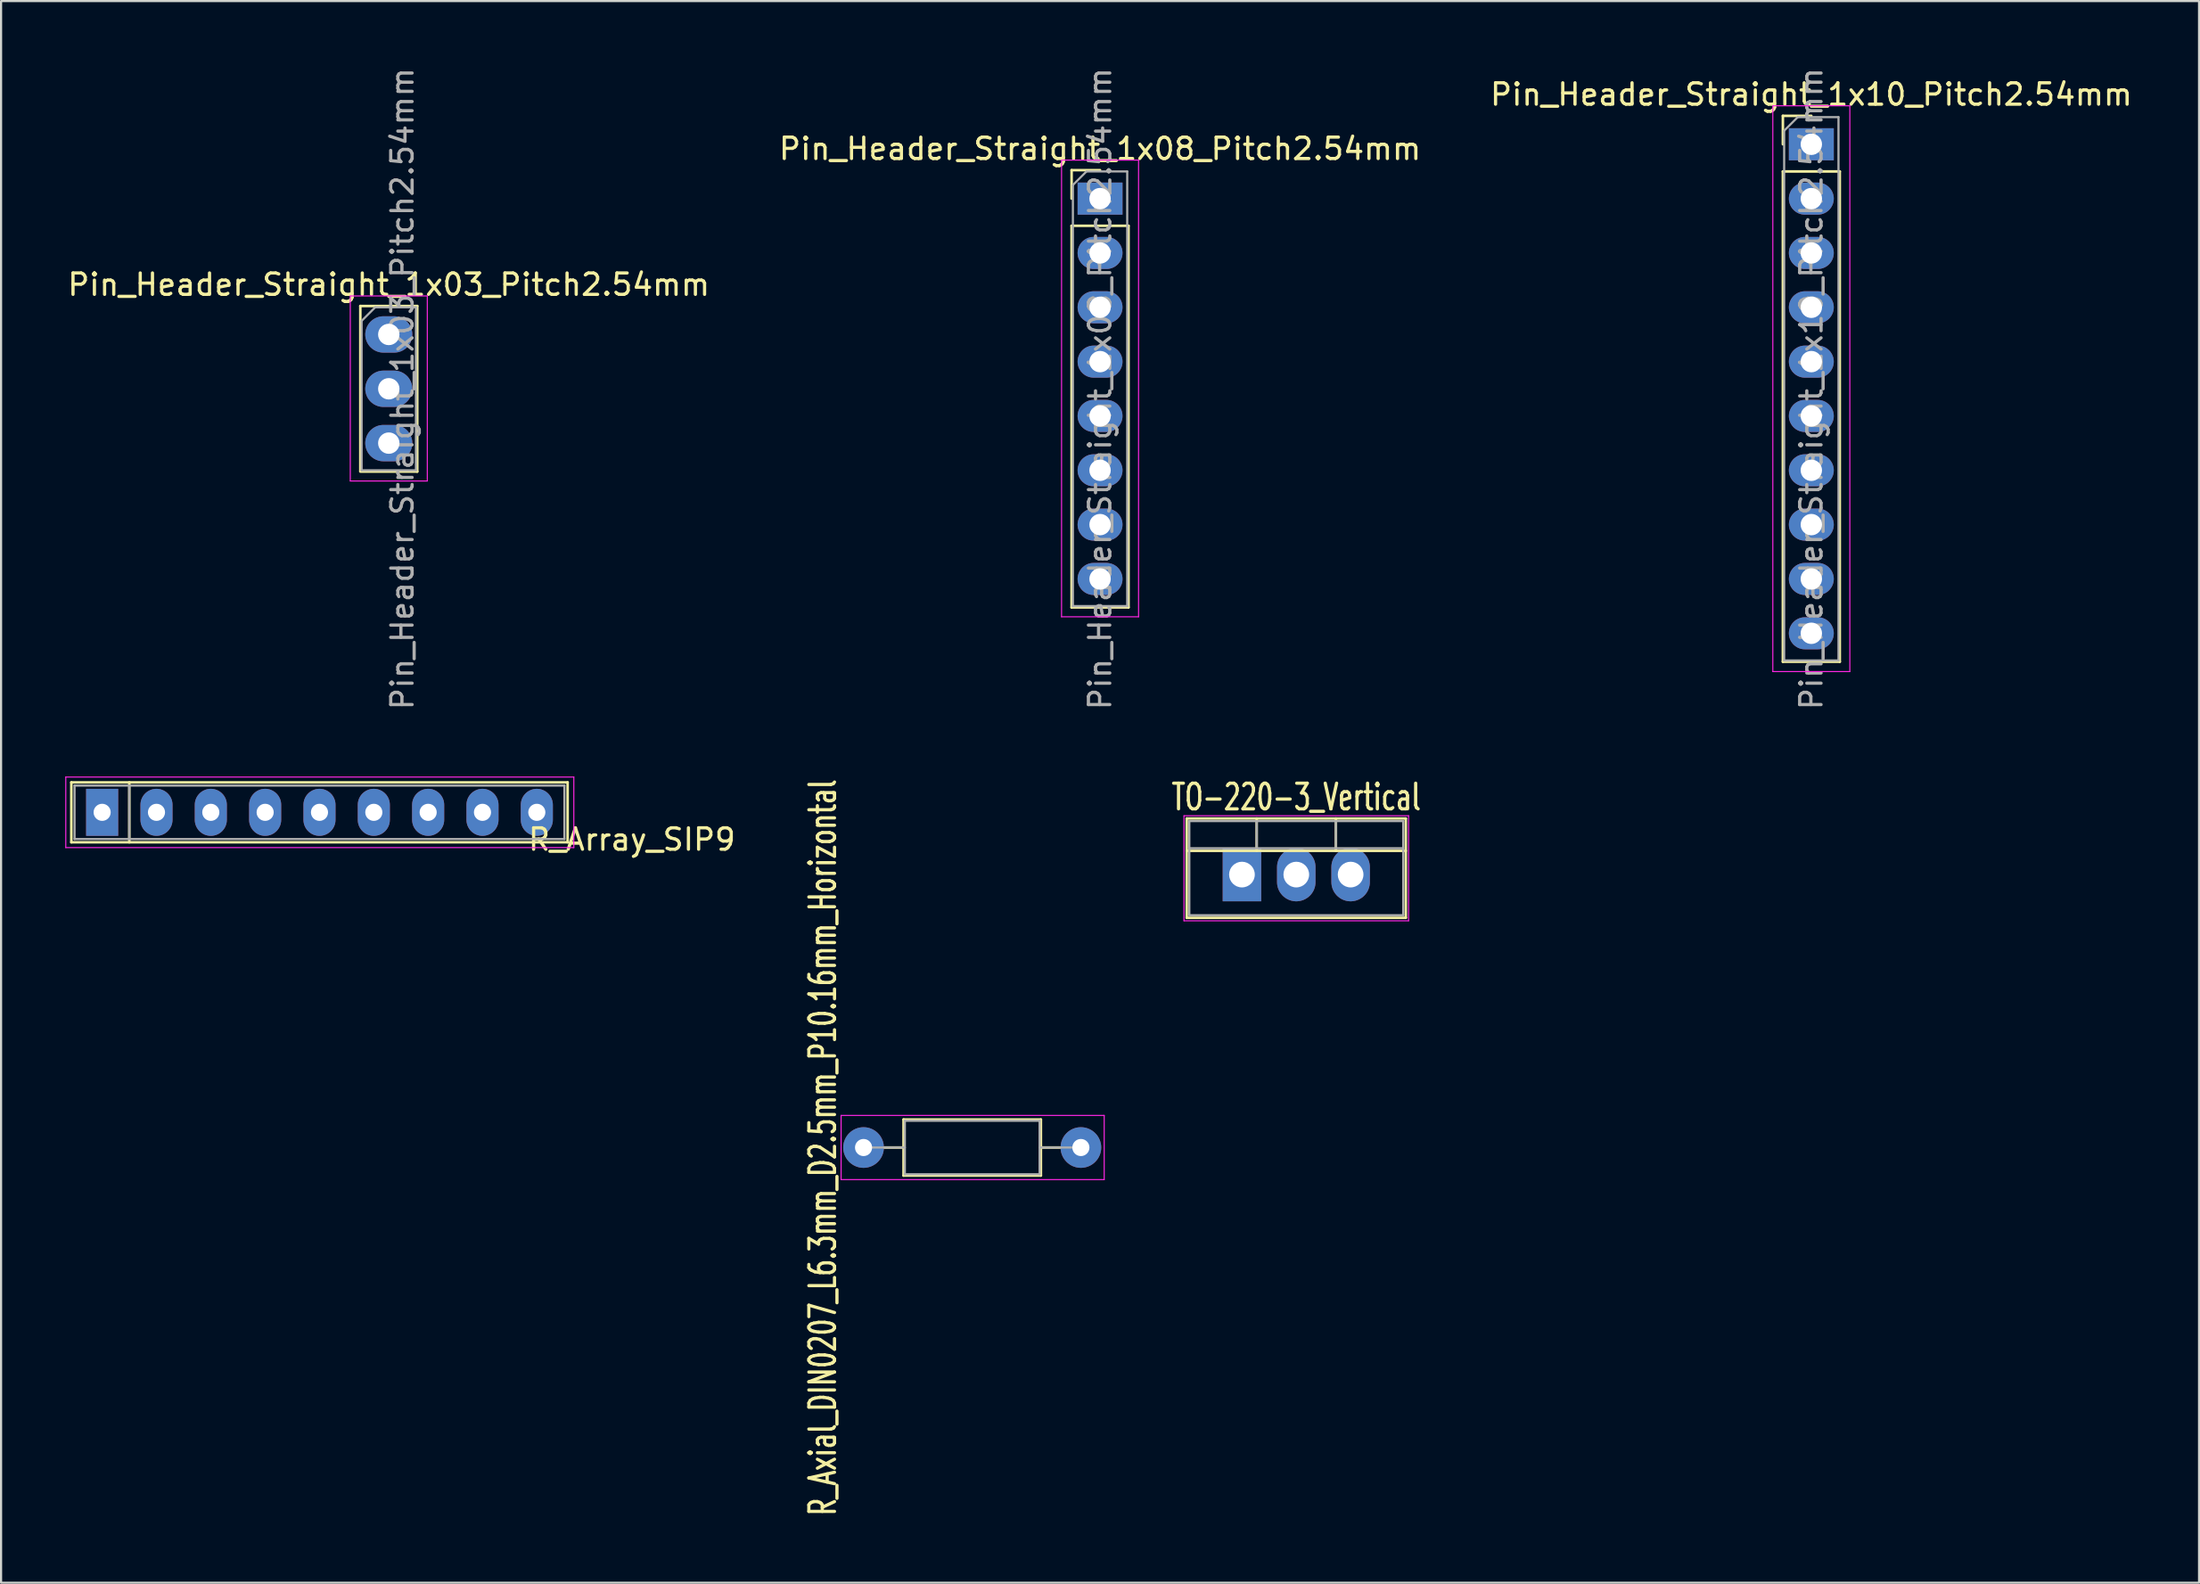
<source format=kicad_pcb>
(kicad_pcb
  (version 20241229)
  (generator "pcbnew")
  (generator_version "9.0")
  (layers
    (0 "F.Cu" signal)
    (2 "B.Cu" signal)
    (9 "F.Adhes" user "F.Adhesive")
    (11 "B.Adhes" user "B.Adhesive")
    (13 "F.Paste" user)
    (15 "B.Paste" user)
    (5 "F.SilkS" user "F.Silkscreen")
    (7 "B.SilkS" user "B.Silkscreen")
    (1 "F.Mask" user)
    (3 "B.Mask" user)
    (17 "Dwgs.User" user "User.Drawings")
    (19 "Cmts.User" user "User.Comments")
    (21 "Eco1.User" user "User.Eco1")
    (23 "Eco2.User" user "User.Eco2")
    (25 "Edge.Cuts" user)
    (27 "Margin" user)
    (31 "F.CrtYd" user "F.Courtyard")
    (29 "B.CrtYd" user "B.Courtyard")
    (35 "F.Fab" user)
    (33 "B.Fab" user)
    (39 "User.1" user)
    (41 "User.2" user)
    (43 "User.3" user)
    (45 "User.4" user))
  (footprint "Pin_Header_Straight_1x08_Pitch2.54mm"
    (layer "F.Cu")
    (at 48.375 6.235)
    (property "Reference" "Pin_Header_Straight_1x08_Pitch2.54mm" (at 0 -2.33 0) (layer "F.SilkS") (effects (font (size 1 1) (thickness 0.15))))
    (attr through_hole)
    (fp_line (start -1.33 -1.33) (end 0 -1.33) (stroke (width 0.12) (type solid)) (layer "F.SilkS"))
    (fp_line (start -1.33 0) (end -1.33 -1.33) (stroke (width 0.12) (type solid)) (layer "F.SilkS"))
    (fp_line (start -1.33 1.27) (end -1.33 19.11) (stroke (width 0.12) (type solid)) (layer "F.SilkS"))
    (fp_line (start -1.33 1.27) (end 1.33 1.27) (stroke (width 0.12) (type solid)) (layer "F.SilkS"))
    (fp_line (start -1.33 19.11) (end 1.33 19.11) (stroke (width 0.12) (type solid)) (layer "F.SilkS"))
    (fp_line (start 1.33 1.27) (end 1.33 19.11) (stroke (width 0.12) (type solid)) (layer "F.SilkS"))
    (fp_line (start -1.8 -1.8) (end -1.8 19.55) (stroke (width 0.05) (type solid)) (layer "F.CrtYd"))
    (fp_line (start -1.8 19.55) (end 1.8 19.55) (stroke (width 0.05) (type solid)) (layer "F.CrtYd"))
    (fp_line (start 1.8 -1.8) (end -1.8 -1.8) (stroke (width 0.05) (type solid)) (layer "F.CrtYd"))
    (fp_line (start 1.8 19.55) (end 1.8 -1.8) (stroke (width 0.05) (type solid)) (layer "F.CrtYd"))
    (fp_line (start -1.27 -0.635) (end -0.635 -1.27) (stroke (width 0.1) (type solid)) (layer "F.Fab"))
    (fp_line (start -1.27 19.05) (end -1.27 -0.635) (stroke (width 0.1) (type solid)) (layer "F.Fab"))
    (fp_line (start -0.635 -1.27) (end 1.27 -1.27) (stroke (width 0.1) (type solid)) (layer "F.Fab"))
    (fp_line (start 1.27 -1.27) (end 1.27 19.05) (stroke (width 0.1) (type solid)) (layer "F.Fab"))
    (fp_line (start 1.27 19.05) (end -1.27 19.05) (stroke (width 0.1) (type solid)) (layer "F.Fab"))
    (fp_text user "${REFERENCE}" (at 0 8.89 90) (layer "F.Fab") (effects (font (size 1 1) (thickness 0.15))))
    (pad "1" thru_hole rect (at 0 0) (size 2.1 1.5) (drill 1) (layers "*.Cu" "*.Mask"))
    (pad "2" thru_hole oval (at 0 2.54) (size 2.1 1.5) (drill 1) (layers "*.Cu" "*.Mask"))
    (pad "3" thru_hole oval (at 0 5.08) (size 2.1 1.5) (drill 1) (layers "*.Cu" "*.Mask"))
    (pad "4" thru_hole oval (at 0 7.62) (size 2.1 1.5) (drill 1) (layers "*.Cu" "*.Mask"))
    (pad "5" thru_hole oval (at 0 10.16) (size 2.1 1.5) (drill 1) (layers "*.Cu" "*.Mask"))
    (pad "6" thru_hole oval (at 0 12.7) (size 2.1 1.5) (drill 1) (layers "*.Cu" "*.Mask"))
    (pad "7" thru_hole oval (at 0 15.24) (size 2.1 1.5) (drill 1) (layers "*.Cu" "*.Mask"))
    (pad "8" thru_hole oval (at 0 17.78) (size 2.1 1.5) (drill 1) (layers "*.Cu" "*.Mask")))
  (footprint "Pin_Header_Straight_1x10_Pitch2.54mm"
    (layer "F.Cu")
    (at 81.625 3.695)
    (property "Reference" "Pin_Header_Straight_1x10_Pitch2.54mm" (at 0 -2.33 0) (layer "F.SilkS") (effects (font (size 1 1) (thickness 0.15))))
    (attr through_hole)
    (fp_line (start -1.33 -1.33) (end 0 -1.33) (stroke (width 0.12) (type solid)) (layer "F.SilkS"))
    (fp_line (start -1.33 0) (end -1.33 -1.33) (stroke (width 0.12) (type solid)) (layer "F.SilkS"))
    (fp_line (start -1.33 1.27) (end -1.33 24.19) (stroke (width 0.12) (type solid)) (layer "F.SilkS"))
    (fp_line (start -1.33 1.27) (end 1.33 1.27) (stroke (width 0.12) (type solid)) (layer "F.SilkS"))
    (fp_line (start -1.33 24.19) (end 1.33 24.19) (stroke (width 0.12) (type solid)) (layer "F.SilkS"))
    (fp_line (start 1.33 1.27) (end 1.33 24.19) (stroke (width 0.12) (type solid)) (layer "F.SilkS"))
    (fp_line (start -1.8 -1.8) (end -1.8 24.65) (stroke (width 0.05) (type solid)) (layer "F.CrtYd"))
    (fp_line (start -1.8 24.65) (end 1.8 24.65) (stroke (width 0.05) (type solid)) (layer "F.CrtYd"))
    (fp_line (start 1.8 -1.8) (end -1.8 -1.8) (stroke (width 0.05) (type solid)) (layer "F.CrtYd"))
    (fp_line (start 1.8 24.65) (end 1.8 -1.8) (stroke (width 0.05) (type solid)) (layer "F.CrtYd"))
    (fp_line (start -1.27 -0.635) (end -0.635 -1.27) (stroke (width 0.1) (type solid)) (layer "F.Fab"))
    (fp_line (start -1.27 24.13) (end -1.27 -0.635) (stroke (width 0.1) (type solid)) (layer "F.Fab"))
    (fp_line (start -0.635 -1.27) (end 1.27 -1.27) (stroke (width 0.1) (type solid)) (layer "F.Fab"))
    (fp_line (start 1.27 -1.27) (end 1.27 24.13) (stroke (width 0.1) (type solid)) (layer "F.Fab"))
    (fp_line (start 1.27 24.13) (end -1.27 24.13) (stroke (width 0.1) (type solid)) (layer "F.Fab"))
    (fp_text user "${REFERENCE}" (at 0 11.43 90) (layer "F.Fab") (effects (font (size 1 1) (thickness 0.15))))
    (pad "1" thru_hole rect (at 0 0) (size 2.1 1.5) (drill 1) (layers "*.Cu" "*.Mask"))
    (pad "2" thru_hole oval (at 0 2.54) (size 2.1 1.5) (drill 1) (layers "*.Cu" "*.Mask"))
    (pad "3" thru_hole oval (at 0 5.08) (size 2.1 1.5) (drill 1) (layers "*.Cu" "*.Mask"))
    (pad "4" thru_hole oval (at 0 7.62) (size 2.1 1.5) (drill 1) (layers "*.Cu" "*.Mask"))
    (pad "5" thru_hole oval (at 0 10.16) (size 2.1 1.5) (drill 1) (layers "*.Cu" "*.Mask"))
    (pad "6" thru_hole oval (at 0 12.7) (size 2.1 1.5) (drill 1) (layers "*.Cu" "*.Mask"))
    (pad "7" thru_hole oval (at 0 15.24) (size 2.1 1.5) (drill 1) (layers "*.Cu" "*.Mask"))
    (pad "8" thru_hole oval (at 0 17.78) (size 2.1 1.5) (drill 1) (layers "*.Cu" "*.Mask"))
    (pad "9" thru_hole oval (at 0 20.32) (size 2.1 1.5) (drill 1) (layers "*.Cu" "*.Mask"))
    (pad "10" thru_hole oval (at 0 22.86) (size 2.1 1.5) (drill 1) (layers "*.Cu" "*.Mask")))
  (footprint "Pin_Header_Straight_1x03_Pitch2.54mm"
    (layer "F.Cu")
    (at 15.125 12.585)
    (property "Reference" "Pin_Header_Straight_1x03_Pitch2.54mm" (at 0 -2.33 0) (layer "F.SilkS") (effects (font (size 1 1) (thickness 0.15))))
    (attr through_hole)
    (fp_line (start -1.33 -1.33) (end -1.33 6.39) (stroke (width 0.12) (type solid)) (layer "F.SilkS"))
    (fp_line (start -1.33 -1.33) (end 1.33 -1.33) (stroke (width 0.12) (type solid)) (layer "F.SilkS"))
    (fp_line (start -1.33 6.41) (end 1.33 6.41) (stroke (width 0.12) (type solid)) (layer "F.SilkS"))
    (fp_line (start 1.33 -1.33) (end 1.33 6.41) (stroke (width 0.12) (type solid)) (layer "F.SilkS"))
    (fp_line (start -1.8 -1.8) (end -1.8 6.85) (stroke (width 0.05) (type solid)) (layer "F.CrtYd"))
    (fp_line (start -1.8 6.85) (end 1.8 6.85) (stroke (width 0.05) (type solid)) (layer "F.CrtYd"))
    (fp_line (start 1.8 -1.8) (end -1.8 -1.8) (stroke (width 0.05) (type solid)) (layer "F.CrtYd"))
    (fp_line (start 1.8 6.85) (end 1.8 -1.8) (stroke (width 0.05) (type solid)) (layer "F.CrtYd"))
    (fp_line (start -1.27 -0.635) (end -0.635 -1.27) (stroke (width 0.1) (type solid)) (layer "F.Fab"))
    (fp_line (start -1.27 6.35) (end -1.27 -0.635) (stroke (width 0.1) (type solid)) (layer "F.Fab"))
    (fp_line (start -0.635 -1.27) (end 1.27 -1.27) (stroke (width 0.1) (type solid)) (layer "F.Fab"))
    (fp_line (start 1.27 -1.27) (end 1.27 6.35) (stroke (width 0.1) (type solid)) (layer "F.Fab"))
    (fp_line (start 1.27 6.35) (end -1.27 6.35) (stroke (width 0.1) (type solid)) (layer "F.Fab"))
    (fp_text user "${REFERENCE}" (at 0.635 2.54 90) (layer "F.Fab") (effects (font (size 1 1) (thickness 0.15))))
    (pad "1" thru_hole oval (at 0 0) (size 2.2 1.7) (drill 1) (layers "*.Cu" "*.Mask"))
    (pad "2" thru_hole oval (at 0 2.54) (size 2.2 1.7) (drill 1) (layers "*.Cu" "*.Mask"))
    (pad "3" thru_hole oval (at 0 5.08) (size 2.2 1.7) (drill 1) (layers "*.Cu" "*.Mask")))
  (footprint "R_Array_SIP9"
    (layer "F.Cu")
    (at 1.725 34.925)
    (property "Reference" "R_Array_SIP9" (at 24.765 1.27 180) (layer "F.SilkS") (effects (font (size 1 1) (thickness 0.15))))
    (attr through_hole)
    (fp_line (start -1.44 -1.4) (end -1.44 1.4) (stroke (width 0.12) (type solid)) (layer "F.SilkS"))
    (fp_line (start -1.44 1.4) (end 21.76 1.4) (stroke (width 0.12) (type solid)) (layer "F.SilkS"))
    (fp_line (start 1.27 -1.4) (end 1.27 1.4) (stroke (width 0.12) (type solid)) (layer "F.SilkS"))
    (fp_line (start 21.76 -1.4) (end -1.44 -1.4) (stroke (width 0.12) (type solid)) (layer "F.SilkS"))
    (fp_line (start 21.76 1.4) (end 21.76 -1.4) (stroke (width 0.12) (type solid)) (layer "F.SilkS"))
    (fp_line (start -1.7 -1.65) (end -1.7 1.65) (stroke (width 0.05) (type solid)) (layer "F.CrtYd"))
    (fp_line (start -1.7 1.65) (end 22.05 1.65) (stroke (width 0.05) (type solid)) (layer "F.CrtYd"))
    (fp_line (start 22.05 -1.65) (end -1.7 -1.65) (stroke (width 0.05) (type solid)) (layer "F.CrtYd"))
    (fp_line (start 22.05 1.65) (end 22.05 -1.65) (stroke (width 0.05) (type solid)) (layer "F.CrtYd"))
    (fp_line (start -1.29 -1.25) (end -1.29 1.25) (stroke (width 0.1) (type solid)) (layer "F.Fab"))
    (fp_line (start -1.29 1.25) (end 21.61 1.25) (stroke (width 0.1) (type solid)) (layer "F.Fab"))
    (fp_line (start 1.27 -1.25) (end 1.27 1.25) (stroke (width 0.1) (type solid)) (layer "F.Fab"))
    (fp_line (start 21.61 -1.25) (end -1.29 -1.25) (stroke (width 0.1) (type solid)) (layer "F.Fab"))
    (fp_line (start 21.61 1.25) (end 21.61 -1.25) (stroke (width 0.1) (type solid)) (layer "F.Fab"))
    (pad "1" thru_hole rect (at 0 0) (size 1.5 2.2) (drill 0.8) (layers "*.Cu" "*.Mask"))
    (pad "2" thru_hole oval (at 2.54 0) (size 1.5 2.2) (drill 0.8) (layers "*.Cu" "*.Mask"))
    (pad "3" thru_hole oval (at 5.08 0) (size 1.5 2.2) (drill 0.8) (layers "*.Cu" "*.Mask"))
    (pad "4" thru_hole oval (at 7.62 0) (size 1.5 2.2) (drill 0.8) (layers "*.Cu" "*.Mask"))
    (pad "5" thru_hole oval (at 10.16 0) (size 1.5 2.2) (drill 0.8) (layers "*.Cu" "*.Mask"))
    (pad "6" thru_hole oval (at 12.7 0) (size 1.5 2.2) (drill 0.8) (layers "*.Cu" "*.Mask"))
    (pad "7" thru_hole oval (at 15.24 0) (size 1.5 2.2) (drill 0.8) (layers "*.Cu" "*.Mask"))
    (pad "8" thru_hole oval (at 17.78 0) (size 1.5 2.2) (drill 0.8) (layers "*.Cu" "*.Mask"))
    (pad "9" thru_hole oval (at 20.32 0) (size 1.5 2.2) (drill 0.8) (layers "*.Cu" "*.Mask")))
  (footprint "TO-220-3_Vertical"
    (layer "F.Cu")
    (at 55.008 37.835)
    (property "Reference" "TO-220-3_Vertical" (at 2.54 -3.62 0) (layer "F.SilkS") (effects (font (size 1.2 0.8) (thickness 0.15))))
    (attr through_hole)
    (fp_line (start -2.58 -2.62) (end -2.58 2.021) (stroke (width 0.12) (type solid)) (layer "F.SilkS"))
    (fp_line (start -2.58 -2.62) (end 7.66 -2.62) (stroke (width 0.12) (type solid)) (layer "F.SilkS"))
    (fp_line (start -2.58 -1.11) (end 7.66 -1.11) (stroke (width 0.12) (type solid)) (layer "F.SilkS"))
    (fp_line (start -2.58 2.021) (end 7.66 2.021) (stroke (width 0.12) (type solid)) (layer "F.SilkS"))
    (fp_line (start 0.69 -2.62) (end 0.69 -1.11) (stroke (width 0.12) (type solid)) (layer "F.SilkS"))
    (fp_line (start 4.391 -2.62) (end 4.391 -1.11) (stroke (width 0.12) (type solid)) (layer "F.SilkS"))
    (fp_line (start 7.66 -2.62) (end 7.66 2.021) (stroke (width 0.12) (type solid)) (layer "F.SilkS"))
    (fp_line (start -2.71 -2.75) (end -2.71 2.16) (stroke (width 0.05) (type solid)) (layer "F.CrtYd"))
    (fp_line (start -2.71 2.16) (end 7.79 2.16) (stroke (width 0.05) (type solid)) (layer "F.CrtYd"))
    (fp_line (start 7.79 -2.75) (end -2.71 -2.75) (stroke (width 0.05) (type solid)) (layer "F.CrtYd"))
    (fp_line (start 7.79 2.16) (end 7.79 -2.75) (stroke (width 0.05) (type solid)) (layer "F.CrtYd"))
    (fp_line (start -2.46 -2.5) (end -2.46 1.9) (stroke (width 0.1) (type solid)) (layer "F.Fab"))
    (fp_line (start -2.46 -1.23) (end 7.54 -1.23) (stroke (width 0.1) (type solid)) (layer "F.Fab"))
    (fp_line (start -2.46 1.9) (end 7.54 1.9) (stroke (width 0.1) (type solid)) (layer "F.Fab"))
    (fp_line (start 0.69 -2.5) (end 0.69 -1.23) (stroke (width 0.1) (type solid)) (layer "F.Fab"))
    (fp_line (start 4.39 -2.5) (end 4.39 -1.23) (stroke (width 0.1) (type solid)) (layer "F.Fab"))
    (fp_line (start 7.54 -2.5) (end -2.46 -2.5) (stroke (width 0.1) (type solid)) (layer "F.Fab"))
    (fp_line (start 7.54 1.9) (end 7.54 -2.5) (stroke (width 0.1) (type solid)) (layer "F.Fab"))
    (pad "1" thru_hole rect (at 0 0) (size 1.8 2.5) (drill 1.2) (layers "*.Cu" "*.Mask"))
    (pad "2" thru_hole oval (at 2.54 0) (size 1.8 2.5) (drill 1.2) (layers "*.Cu" "*.Mask"))
    (pad "3" thru_hole oval (at 5.08 0) (size 1.8 2.5) (drill 1.2) (layers "*.Cu" "*.Mask")))
  (footprint "R_Axial_DIN0207_L6.3mm_D2.5mm_P10.16mm_Horizontal"
    (layer "F.Cu")
    (at 37.319 50.595)
    (property "Reference" "R_Axial_DIN0207_L6.3mm_D2.5mm_P10.16mm_Horizontal" (at -1.905 0 90) (layer "F.SilkS") (effects (font (size 1.2 0.8) (thickness 0.15))))
    (attr through_hole)
    (fp_line (start 0.98 0) (end 1.87 0) (stroke (width 0.12) (type solid)) (layer "F.SilkS"))
    (fp_line (start 1.87 -1.31) (end 1.87 1.31) (stroke (width 0.12) (type solid)) (layer "F.SilkS"))
    (fp_line (start 1.87 1.31) (end 8.29 1.31) (stroke (width 0.12) (type solid)) (layer "F.SilkS"))
    (fp_line (start 8.29 -1.31) (end 1.87 -1.31) (stroke (width 0.12) (type solid)) (layer "F.SilkS"))
    (fp_line (start 8.29 1.31) (end 8.29 -1.31) (stroke (width 0.12) (type solid)) (layer "F.SilkS"))
    (fp_line (start 9.18 0) (end 8.29 0) (stroke (width 0.12) (type solid)) (layer "F.SilkS"))
    (fp_line (start -1.05 -1.5) (end -1.05 1.5) (stroke (width 0.05) (type solid)) (layer "F.CrtYd"))
    (fp_line (start -1.05 1.5) (end 11.25 1.5) (stroke (width 0.05) (type solid)) (layer "F.CrtYd"))
    (fp_line (start 11.25 -1.5) (end -1.05 -1.5) (stroke (width 0.05) (type solid)) (layer "F.CrtYd"))
    (fp_line (start 11.25 1.5) (end 11.25 -1.5) (stroke (width 0.05) (type solid)) (layer "F.CrtYd"))
    (fp_line (start 0 0) (end 1.93 0) (stroke (width 0.1) (type solid)) (layer "F.Fab"))
    (fp_line (start 1.93 -1.25) (end 1.93 1.25) (stroke (width 0.1) (type solid)) (layer "F.Fab"))
    (fp_line (start 1.93 1.25) (end 8.23 1.25) (stroke (width 0.1) (type solid)) (layer "F.Fab"))
    (fp_line (start 8.23 -1.25) (end 1.93 -1.25) (stroke (width 0.1) (type solid)) (layer "F.Fab"))
    (fp_line (start 8.23 1.25) (end 8.23 -1.25) (stroke (width 0.1) (type solid)) (layer "F.Fab"))
    (fp_line (start 10.16 0) (end 8.23 0) (stroke (width 0.1) (type solid)) (layer "F.Fab"))
    (pad "1" thru_hole circle (at 0 0) (size 1.9 1.9) (drill 0.8) (layers "*.Cu" "*.Mask"))
    (pad "2" thru_hole circle (at 10.16 0) (size 1.9 1.9) (drill 0.8) (layers "*.Cu" "*.Mask")))
  (gr_rect
    (start -3 -3)
    (end 99.75 70.94)
    (stroke (width 0.1) (type default))
    (fill no)
    (layer "Edge.Cuts")))
</source>
